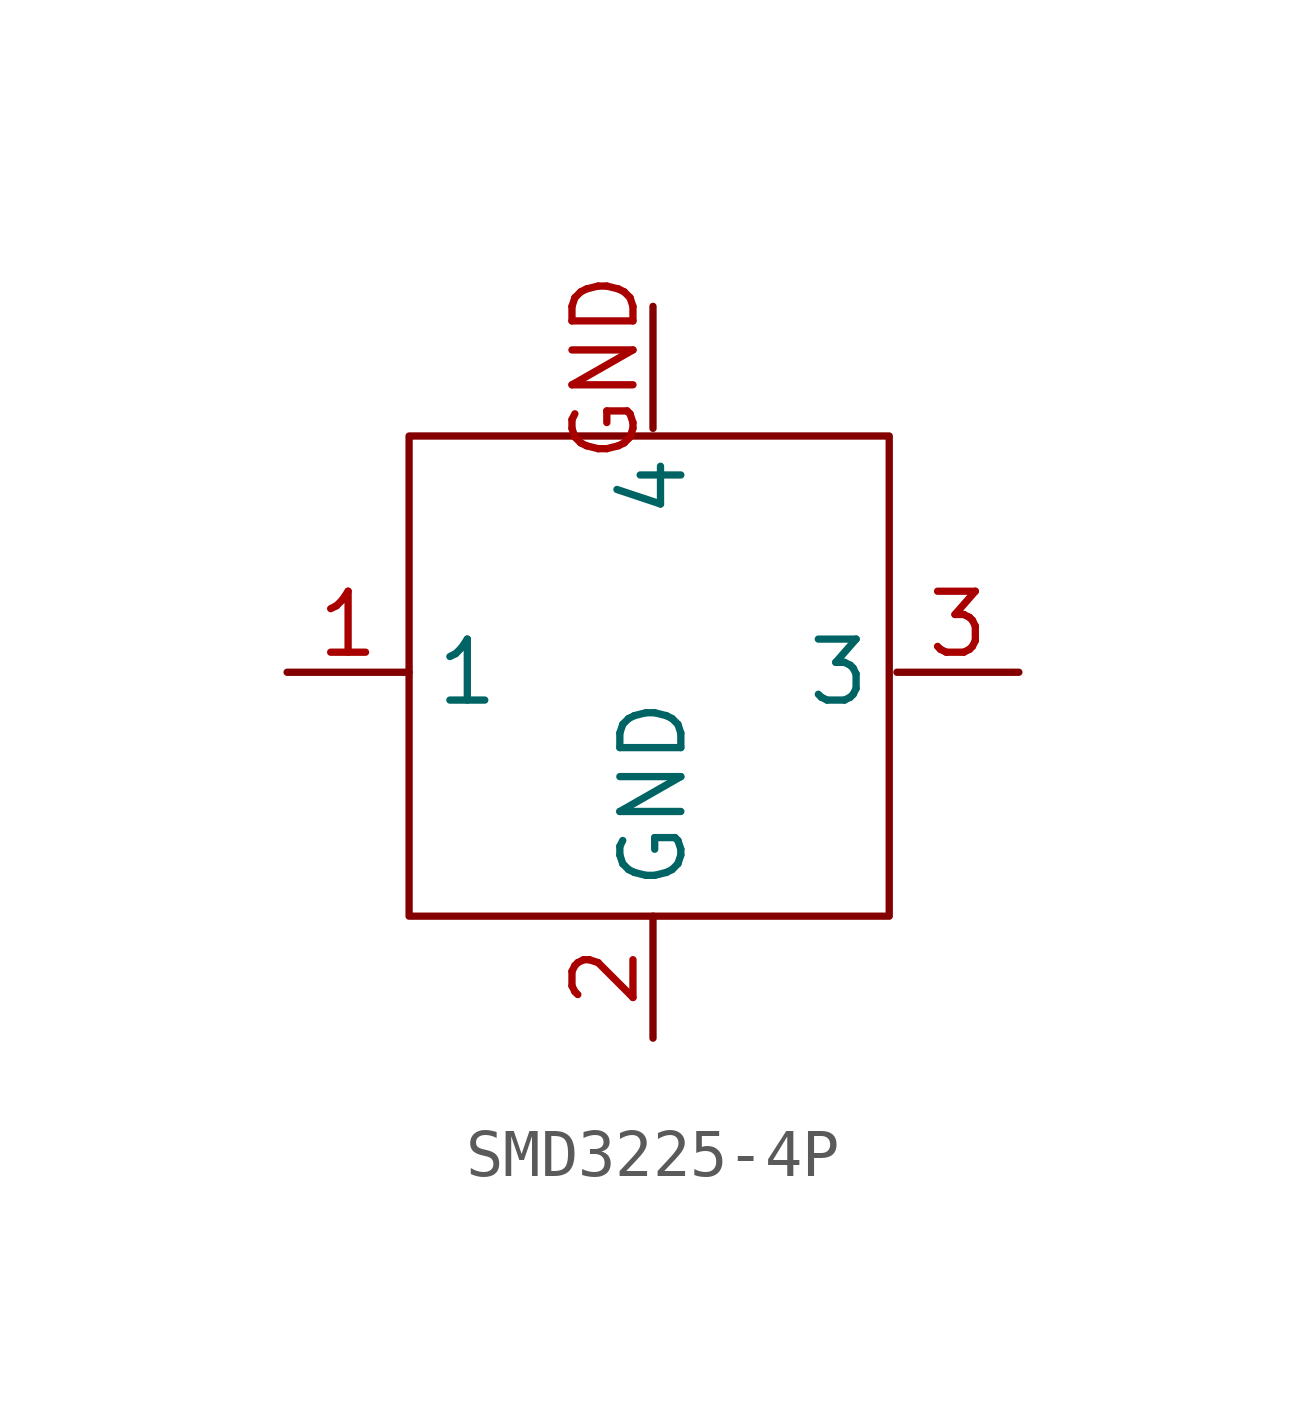
<source format=kicad_sym>
(kicad_symbol_lib
  (version 20231120)
  (generator "kicad_symbol_editor")
  (generator_version "8.0")
  (symbol "SMD3225-4P"
    (property "Reference" "U"
      (at 0 0 0)
      (effects (font (size 1.27 1.27)) (hide yes)))
    (symbol "SMD3225-4P_0_1"
      (rectangle (start 0 10) (end 10 0) (stroke (width 0) (type default)) (fill (type none))))
    (symbol "SMD3225-4P_1_1"
      (pin bidirectional line (at -2.54 5.08 0) (length 2.54) (name "1" (effects (font (size 1.27 1.27)))) (number "1" (effects (font (size 1.27 1.27)))))
      (pin free line (at 5.08 -2.54 90) (length 2.54) (name "GND" (effects (font (size 1.27 1.27)))) (number "2" (effects (font (size 1.27 1.27)))))
      (pin bidirectional line (at 12.7 5.08 180) (length 2.54) (name "3" (effects (font (size 1.27 1.27)))) (number "3" (effects (font (size 1.27 1.27)))))
      (pin free line (at 5.08 12.7 270) (length 2.54) (name "4" (effects (font (size 1.27 1.27)))) (number "GND" (effects (font (size 1.27 1.27))))))))
</source>
